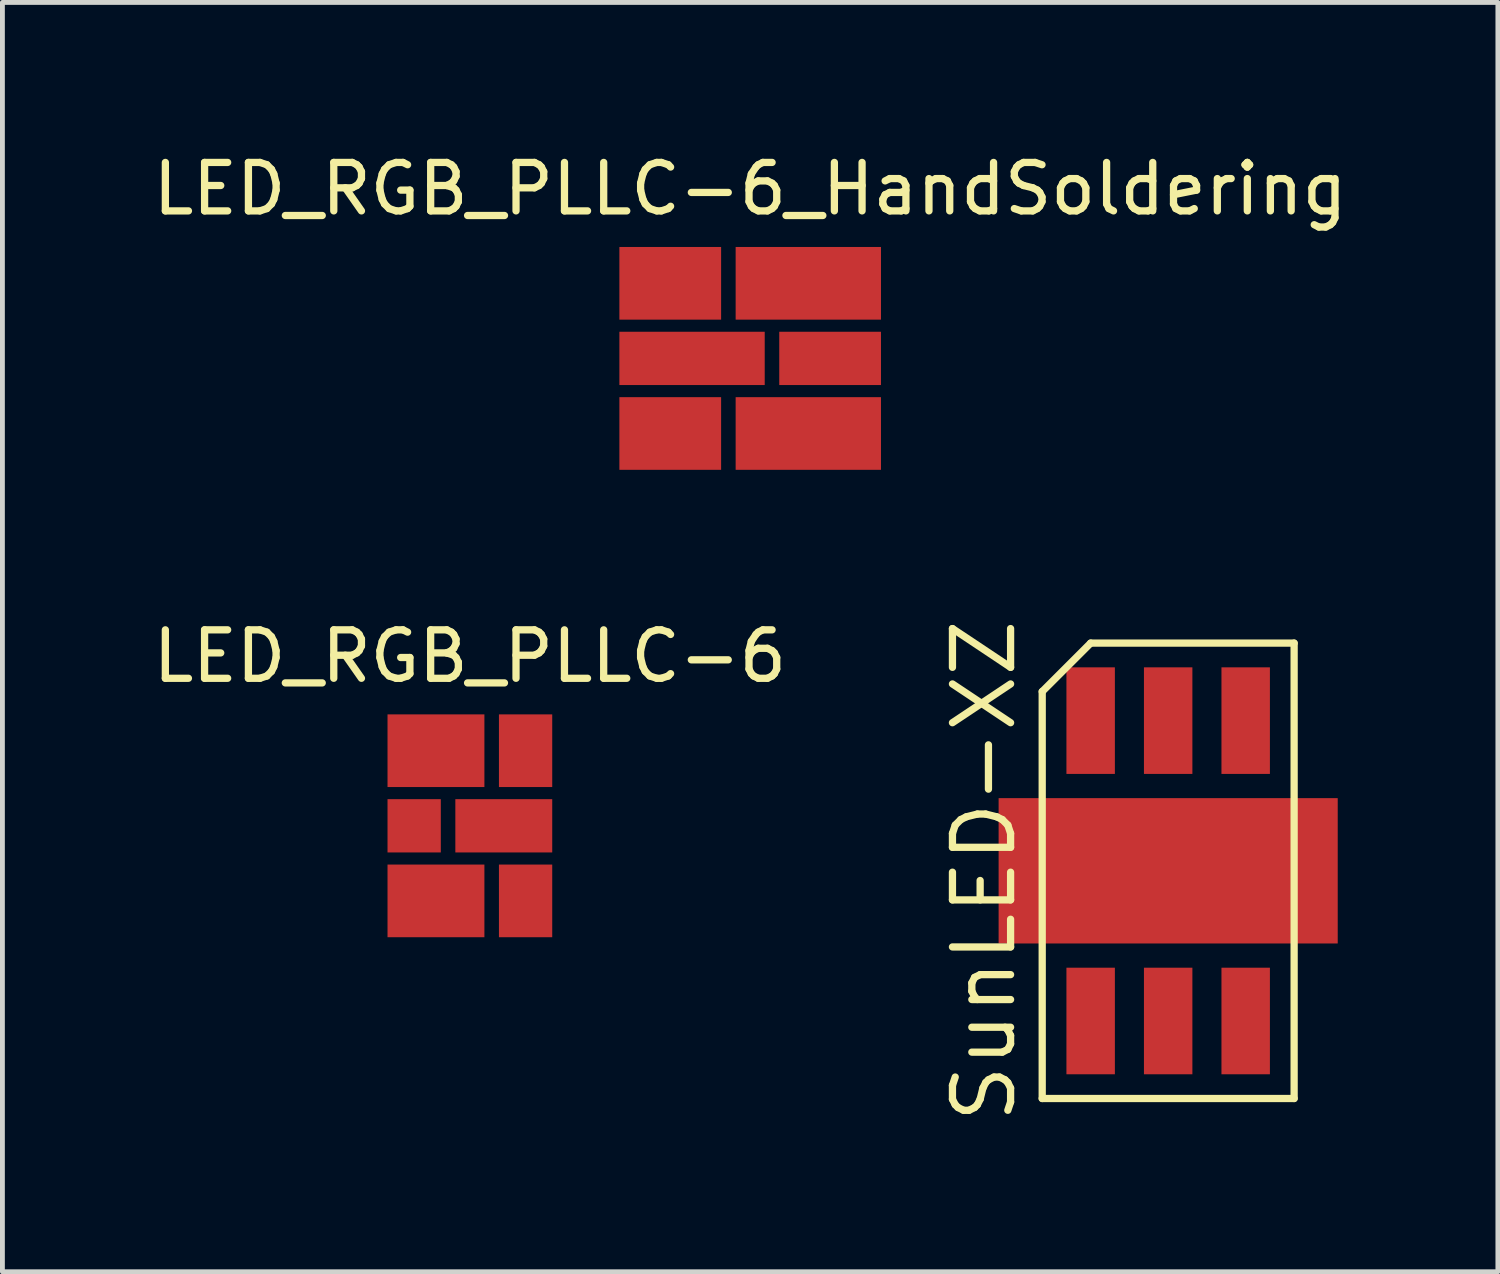
<source format=kicad_pcb>
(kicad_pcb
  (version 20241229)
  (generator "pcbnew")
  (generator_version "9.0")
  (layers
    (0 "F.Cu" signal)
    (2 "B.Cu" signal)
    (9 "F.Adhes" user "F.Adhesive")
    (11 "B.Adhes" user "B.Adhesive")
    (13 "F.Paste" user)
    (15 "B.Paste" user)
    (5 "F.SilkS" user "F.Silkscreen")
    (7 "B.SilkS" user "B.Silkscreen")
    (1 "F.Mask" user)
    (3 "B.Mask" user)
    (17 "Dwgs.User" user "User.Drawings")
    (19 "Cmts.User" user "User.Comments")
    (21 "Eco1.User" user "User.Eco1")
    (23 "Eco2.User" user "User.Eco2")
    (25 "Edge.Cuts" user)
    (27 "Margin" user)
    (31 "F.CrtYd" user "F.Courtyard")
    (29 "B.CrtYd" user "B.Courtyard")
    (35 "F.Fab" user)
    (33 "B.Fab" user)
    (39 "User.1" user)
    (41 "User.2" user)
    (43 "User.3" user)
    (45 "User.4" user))
  (footprint "SunLED-XZ"
    (layer "F.Cu")
    (at 21.063 14.925)
    (property "Reference" "SunLED-XZ" (at -3.8 0 90) (layer "F.SilkS") (effects (font (size 1.2 1.2) (thickness 0.15))))
    (attr through_hole)
    (fp_line (start -2.6 -3.7) (end -2.6 4.7) (stroke (width 0.15) (type solid)) (layer "F.SilkS"))
    (fp_line (start -2.6 4.7) (end 2.6 4.7) (stroke (width 0.15) (type solid)) (layer "F.SilkS"))
    (fp_line (start -1.6 -4.7) (end -2.6 -3.7) (stroke (width 0.15) (type solid)) (layer "F.SilkS"))
    (fp_line (start 2.6 -4.7) (end -1.6 -4.7) (stroke (width 0.15) (type solid)) (layer "F.SilkS"))
    (fp_line (start 2.6 4.7) (end 2.6 -4.7) (stroke (width 0.15) (type solid)) (layer "F.SilkS"))
    (pad "1" smd rect (at -1.6 3.1) (size 1 2.2) (layers "F.Cu" "F.Mask" "F.Paste"))
    (pad "2" smd rect (at 0 3.1) (size 1 2.2) (layers "F.Cu" "F.Mask" "F.Paste"))
    (pad "3" smd rect (at 1.6 3.1) (size 1 2.2) (layers "F.Cu" "F.Mask" "F.Paste"))
    (pad "4" smd rect (at 1.6 -3.1) (size 1 2.2) (layers "F.Cu" "F.Mask" "F.Paste"))
    (pad "5" smd rect (at 0 -3.1) (size 1 2.2) (layers "F.Cu" "F.Mask" "F.Paste"))
    (pad "6" smd rect (at -1.6 -3.1) (size 1 2.2) (layers "F.Cu" "F.Mask" "F.Paste"))
    (pad "7" smd rect (at 0 0) (size 7 3) (layers "F.Cu" "F.Mask" "F.Paste")))
  (footprint "LED_RGB_PLLC-6_HandSoldering"
    (layer "F.Cu")
    (at 12.435 4.348)
    (property "Reference" "LED_RGB_PLLC-6_HandSoldering" (at 0 -3.5 180) (layer "F.SilkS") (effects (font (size 1 1) (thickness 0.15))))
    (attr smd)
    (pad "1" smd rect (at -1.65 -1.55 90) (size 1.5 2.1) (layers "F.Cu" "F.Mask" "F.Paste"))
    (pad "2" smd rect (at -1.2 0 90) (size 1.1 3) (layers "F.Cu" "F.Mask" "F.Paste"))
    (pad "3" smd rect (at -1.65 1.55 90) (size 1.5 2.1) (layers "F.Cu" "F.Mask" "F.Paste"))
    (pad "4" smd rect (at 1.2 1.55 90) (size 1.5 3) (layers "F.Cu" "F.Mask" "F.Paste"))
    (pad "5" smd rect (at 1.65 0 90) (size 1.1 2.1) (layers "F.Cu" "F.Mask" "F.Paste"))
    (pad "6" smd rect (at 1.2 -1.55 90) (size 1.5 3) (layers "F.Cu" "F.Mask" "F.Paste")))
  (footprint "LED_RGB_PLLC-6"
    (layer "F.Cu")
    (at 6.649 13.996)
    (property "Reference" "LED_RGB_PLLC-6" (at 0 -3.5 180) (layer "F.SilkS") (effects (font (size 1 1) (thickness 0.15))))
    (attr smd)
    (pad "1" smd rect (at -0.7 -1.55 90) (size 1.5 2) (layers "F.Cu" "F.Mask" "F.Paste"))
    (pad "2" smd rect (at -1.15 0 90) (size 1.1 1.1) (layers "F.Cu" "F.Mask" "F.Paste"))
    (pad "3" smd rect (at -0.7 1.55 90) (size 1.5 2) (layers "F.Cu" "F.Mask" "F.Paste"))
    (pad "4" smd rect (at 1.15 1.55 90) (size 1.5 1.1) (layers "F.Cu" "F.Mask" "F.Paste"))
    (pad "5" smd rect (at 0.7 0 90) (size 1.1 2) (layers "F.Cu" "F.Mask" "F.Paste"))
    (pad "6" smd rect (at 1.15 -1.55 90) (size 1.5 1.1) (layers "F.Cu" "F.Mask" "F.Paste")))
  (gr_rect
    (start -3 -3)
    (end 27.869 23.201)
    (stroke (width 0.1) (type default))
    (fill no)
    (layer "Edge.Cuts")))
</source>
